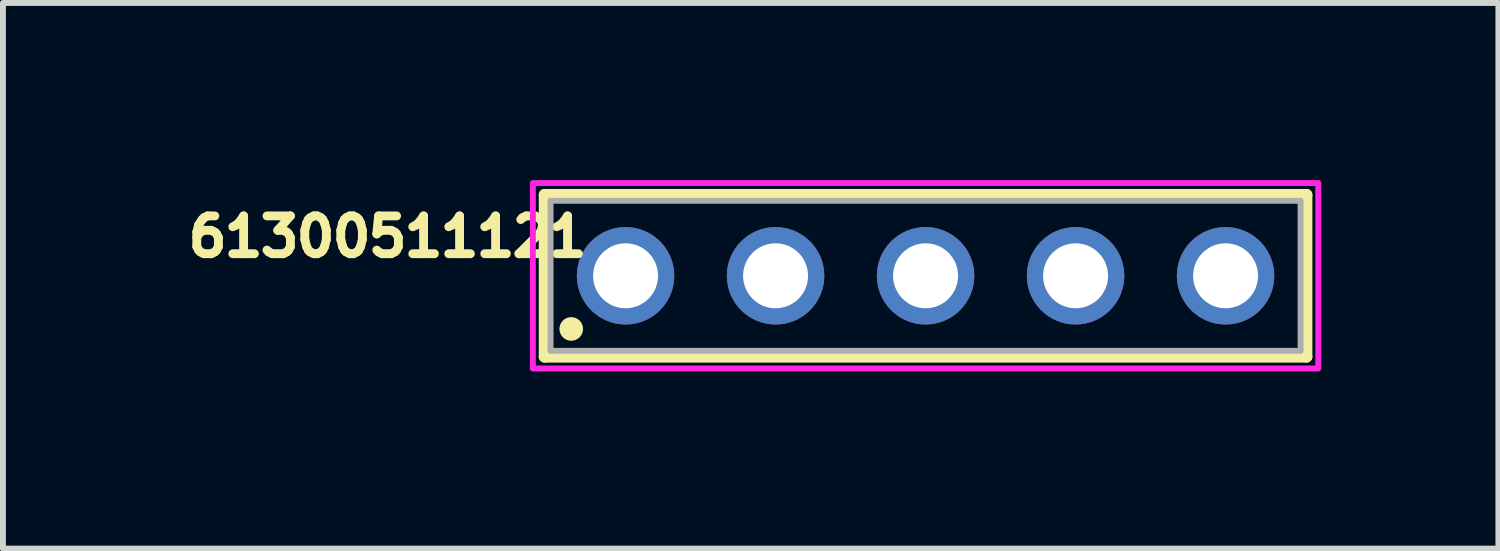
<source format=kicad_pcb>
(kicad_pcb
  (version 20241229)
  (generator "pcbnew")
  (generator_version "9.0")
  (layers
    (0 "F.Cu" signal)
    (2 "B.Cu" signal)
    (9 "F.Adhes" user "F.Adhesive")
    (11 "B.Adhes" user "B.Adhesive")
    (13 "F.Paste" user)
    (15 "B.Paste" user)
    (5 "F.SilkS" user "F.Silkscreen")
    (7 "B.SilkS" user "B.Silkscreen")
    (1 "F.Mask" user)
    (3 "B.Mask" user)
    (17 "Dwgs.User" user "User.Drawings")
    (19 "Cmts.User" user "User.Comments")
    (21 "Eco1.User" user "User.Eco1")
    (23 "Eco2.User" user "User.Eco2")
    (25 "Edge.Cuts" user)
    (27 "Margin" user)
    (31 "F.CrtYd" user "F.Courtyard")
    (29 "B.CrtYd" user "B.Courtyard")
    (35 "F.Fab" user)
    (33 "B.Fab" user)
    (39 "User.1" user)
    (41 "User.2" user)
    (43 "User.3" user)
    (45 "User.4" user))
  (footprint "61300511121"
    (layer "F.Cu")
    (at 12.623 1.62)
    (property "Reference" "61300511121" (at -9.11 -0.662 0) (layer "F.SilkS") (effects (font (size 0.64 0.64) (thickness 0.15))))
    (attr through_hole)
    (fp_line (start -6.45 -1.37) (end 6.45 -1.37) (stroke (width 0.2) (type solid)) (layer "F.SilkS"))
    (fp_line (start -6.45 1.37) (end -6.45 -1.37) (stroke (width 0.2) (type solid)) (layer "F.SilkS"))
    (fp_line (start 6.45 -1.37) (end 6.45 1.37) (stroke (width 0.2) (type solid)) (layer "F.SilkS"))
    (fp_line (start 6.45 1.37) (end -6.45 1.37) (stroke (width 0.2) (type solid)) (layer "F.SilkS"))
    (fp_circle (center -6 0.9) (end -5.9 0.9) (stroke (width 0.2) (type solid)) (fill no) (layer "F.SilkS"))
    (fp_poly (pts (xy -6.65 -1.57) (xy 6.65 -1.57) (xy 6.65 1.57) (xy -6.65 1.57)) (stroke (width 0.1) (type solid)) (fill no) (layer "F.CrtYd"))
    (fp_line (start -6.35 -1.27) (end -6.35 1.27) (stroke (width 0.1) (type solid)) (layer "F.Fab"))
    (fp_line (start -6.35 1.27) (end 6.35 1.27) (stroke (width 0.1) (type solid)) (layer "F.Fab"))
    (fp_line (start 6.35 -1.27) (end -6.35 -1.27) (stroke (width 0.1) (type solid)) (layer "F.Fab"))
    (fp_line (start 6.35 1.27) (end 6.35 -1.27) (stroke (width 0.1) (type solid)) (layer "F.Fab"))
    (pad "1" thru_hole circle (at -5.08 0) (size 1.65 1.65) (drill 1.1) (layers "*.Cu" "*.Mask"))
    (pad "2" thru_hole circle (at -2.54 0) (size 1.65 1.65) (drill 1.1) (layers "*.Cu" "*.Mask"))
    (pad "3" thru_hole circle (at 0 0) (size 1.65 1.65) (drill 1.1) (layers "*.Cu" "*.Mask"))
    (pad "4" thru_hole circle (at 2.54 0) (size 1.65 1.65) (drill 1.1) (layers "*.Cu" "*.Mask"))
    (pad "5" thru_hole circle (at 5.08 0) (size 1.65 1.65) (drill 1.1) (layers "*.Cu" "*.Mask")))
  (gr_rect
    (start -3 -3)
    (end 22.323 6.24)
    (stroke (width 0.1) (type default))
    (fill no)
    (layer "Edge.Cuts")))
</source>
